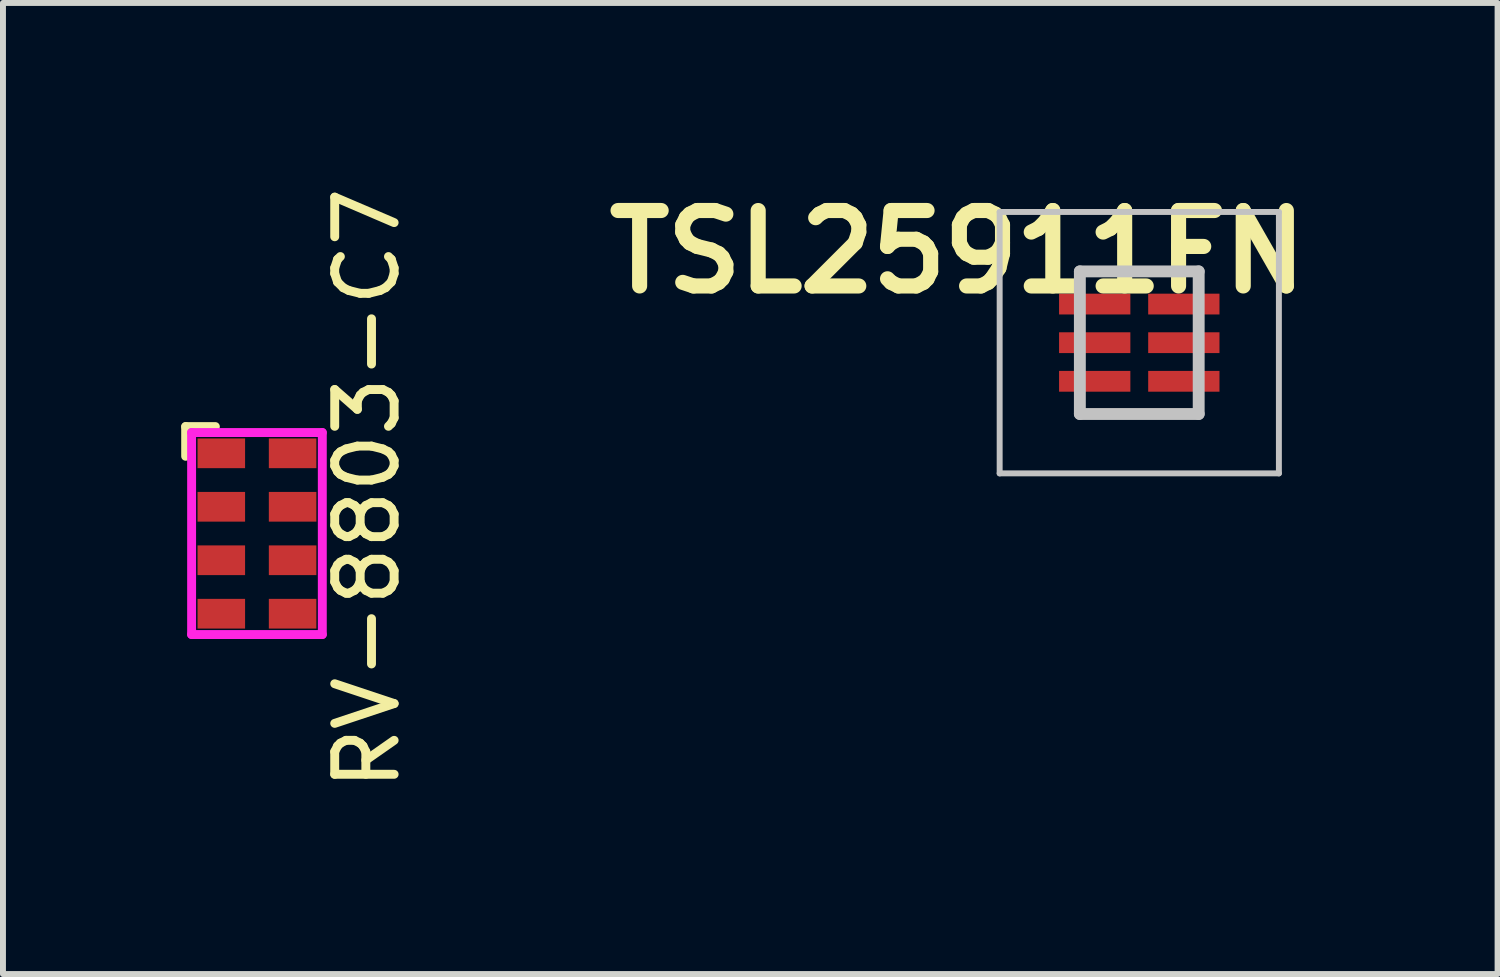
<source format=kicad_pcb>
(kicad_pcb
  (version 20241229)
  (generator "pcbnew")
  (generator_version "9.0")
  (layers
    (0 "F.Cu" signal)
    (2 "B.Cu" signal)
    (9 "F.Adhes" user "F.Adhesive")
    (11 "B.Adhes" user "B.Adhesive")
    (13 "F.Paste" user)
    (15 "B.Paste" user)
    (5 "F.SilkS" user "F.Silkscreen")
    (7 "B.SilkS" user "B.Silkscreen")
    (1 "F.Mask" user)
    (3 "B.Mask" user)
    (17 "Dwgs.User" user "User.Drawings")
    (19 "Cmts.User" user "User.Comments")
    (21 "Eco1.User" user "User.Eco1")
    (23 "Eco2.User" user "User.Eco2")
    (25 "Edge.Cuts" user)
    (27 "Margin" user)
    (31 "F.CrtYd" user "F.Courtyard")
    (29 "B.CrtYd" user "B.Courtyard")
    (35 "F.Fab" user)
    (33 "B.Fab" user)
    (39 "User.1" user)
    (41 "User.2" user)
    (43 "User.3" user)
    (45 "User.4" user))
  (footprint "TSL25911FN"
    (layer "F.Cu")
    (at 16.126 2.718)
    (property "Reference" "TSL25911FN" (at -3.058 -1.529 0) (layer "F.SilkS") (effects (font (size 1.27 1.27) (thickness 0.254))))
    (attr smd)
    (fp_line (start -1 -1.2) (end 1 -1.2) (stroke (width 0.1) (type solid)) (layer "F.SilkS"))
    (fp_line (start -1 -1) (end -1 -1.2) (stroke (width 0.1) (type solid)) (layer "F.SilkS"))
    (fp_line (start -1 1) (end -1 1.2) (stroke (width 0.1) (type solid)) (layer "F.SilkS"))
    (fp_line (start -1 1.2) (end 1 1.2) (stroke (width 0.1) (type solid)) (layer "F.SilkS"))
    (fp_line (start 1 -1.2) (end 1 -1) (stroke (width 0.1) (type solid)) (layer "F.SilkS"))
    (fp_line (start 1 1.2) (end 1 1) (stroke (width 0.1) (type solid)) (layer "F.SilkS"))
    (fp_line (start -2.35 -2.2) (end 2.35 -2.2) (stroke (width 0.1) (type solid)) (layer "Dwgs.User"))
    (fp_line (start -2.35 2.2) (end -2.35 -2.2) (stroke (width 0.1) (type solid)) (layer "Dwgs.User"))
    (fp_line (start -1 -1.2) (end 1 -1.2) (stroke (width 0.2) (type solid)) (layer "Dwgs.User"))
    (fp_line (start -1 1.2) (end -1 -1.2) (stroke (width 0.2) (type solid)) (layer "Dwgs.User"))
    (fp_line (start 1 -1.2) (end 1 1.2) (stroke (width 0.2) (type solid)) (layer "Dwgs.User"))
    (fp_line (start 1 1.2) (end -1 1.2) (stroke (width 0.2) (type solid)) (layer "Dwgs.User"))
    (fp_line (start 2.35 -2.2) (end 2.35 2.2) (stroke (width 0.1) (type solid)) (layer "Dwgs.User"))
    (fp_line (start 2.35 2.2) (end -2.35 2.2) (stroke (width 0.1) (type solid)) (layer "Dwgs.User"))
    (pad "1" smd rect (at -0.75 -0.65 90) (size 0.35 1.2) (layers "F.Cu" "F.Mask" "F.Paste"))
    (pad "2" smd rect (at -0.75 0 90) (size 0.35 1.2) (layers "F.Cu" "F.Mask" "F.Paste"))
    (pad "3" smd rect (at -0.75 0.65 90) (size 0.35 1.2) (layers "F.Cu" "F.Mask" "F.Paste"))
    (pad "4" smd rect (at 0.75 0.65 90) (size 0.35 1.2) (layers "F.Cu" "F.Mask" "F.Paste"))
    (pad "5" smd rect (at 0.75 0 90) (size 0.35 1.2) (layers "F.Cu" "F.Mask" "F.Paste"))
    (pad "6" smd rect (at 0.75 -0.65 90) (size 0.35 1.2) (layers "F.Cu" "F.Mask" "F.Paste")))
  (footprint "RV-8803-C7"
    (layer "F.Cu")
    (at 1.275 5.93)
    (property "Reference" "RV-8803-C7" (at 1.854 -0.757 90) (layer "F.SilkS") (effects (font (size 1 1) (thickness 0.15))))
    (attr through_hole)
    (fp_line (start -1.2 -1.8) (end -1.2 -1.3) (stroke (width 0.15) (type solid)) (layer "F.SilkS"))
    (fp_line (start -0.7 -1.8) (end -1.2 -1.8) (stroke (width 0.15) (type solid)) (layer "F.SilkS"))
    (fp_line (start -1.1 -1.7) (end -1.1 1.7) (stroke (width 0.15) (type solid)) (layer "F.CrtYd"))
    (fp_line (start -1.1 1.7) (end 1.1 1.7) (stroke (width 0.15) (type solid)) (layer "F.CrtYd"))
    (fp_line (start 1.1 -1.7) (end -1.1 -1.7) (stroke (width 0.15) (type solid)) (layer "F.CrtYd"))
    (fp_line (start 1.1 1.7) (end 1.1 -1.7) (stroke (width 0.15) (type solid)) (layer "F.CrtYd"))
    (pad "1" smd rect (at -0.6 -1.35) (size 0.8 0.5) (layers "F.Cu" "F.Mask" "F.Paste"))
    (pad "2" smd rect (at -0.6 -0.45) (size 0.8 0.5) (layers "F.Cu" "F.Mask" "F.Paste"))
    (pad "3" smd rect (at -0.6 0.45) (size 0.8 0.5) (layers "F.Cu" "F.Mask" "F.Paste"))
    (pad "4" smd rect (at -0.6 1.35) (size 0.8 0.5) (layers "F.Cu" "F.Mask" "F.Paste"))
    (pad "5" smd rect (at 0.6 1.35) (size 0.8 0.5) (layers "F.Cu" "F.Mask" "F.Paste"))
    (pad "6" smd rect (at 0.6 0.45) (size 0.8 0.5) (layers "F.Cu" "F.Mask" "F.Paste"))
    (pad "7" smd rect (at 0.6 -0.45) (size 0.8 0.5) (layers "F.Cu" "F.Mask" "F.Paste"))
    (pad "8" smd rect (at 0.6 -1.35) (size 0.8 0.5) (layers "F.Cu" "F.Mask" "F.Paste")))
  (gr_rect
    (start -3 -3)
    (end 22.157 13.345)
    (stroke (width 0.1) (type default))
    (fill no)
    (layer "Edge.Cuts")))
</source>
